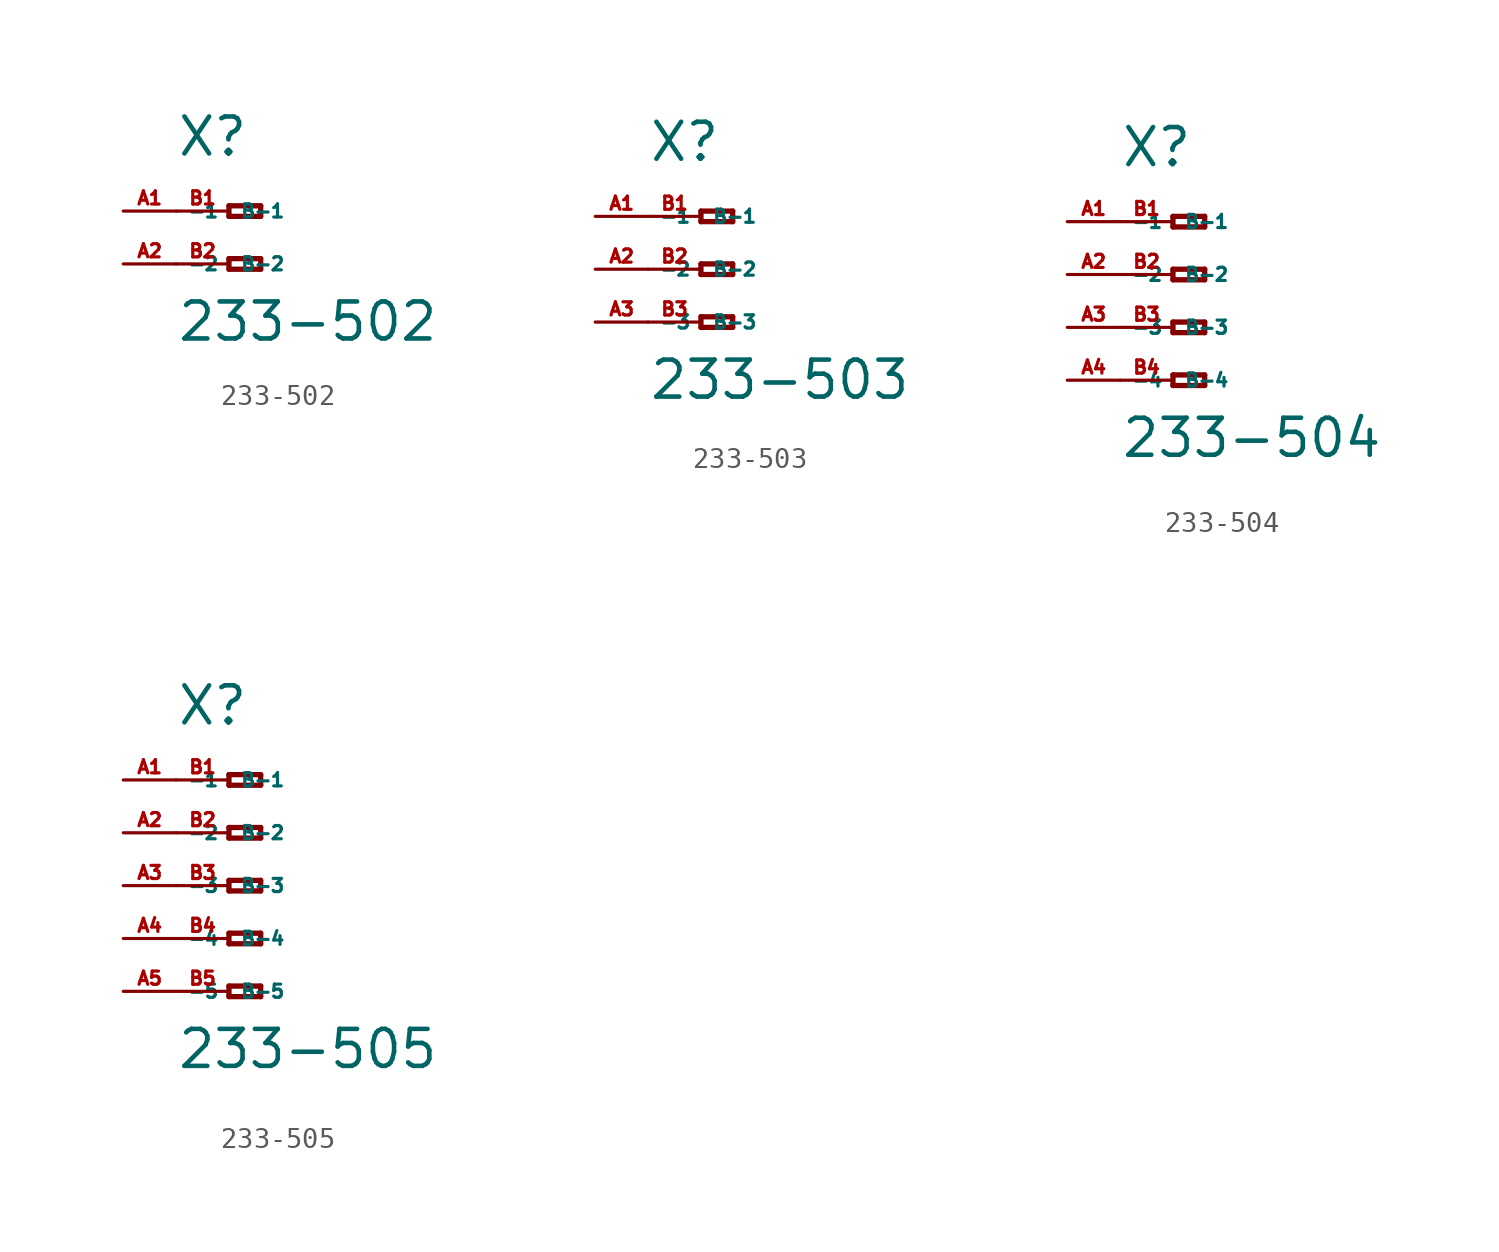
<source format=kicad_sym>
(kicad_symbol_lib
  (version 20220914)
  (generator Eagle2Kicad)
  (symbol "233-502"
    (property "Reference" "X"
      (at -5.08 2.54 0)
      (effects (font (size 1.778 1.778) (thickness 0.22)) (justify left bottom)))
    (property "Value" "233-502"
      (at -5.08 -6.35 0)
      (effects (font (size 1.778 1.778) (thickness 0.22)) (justify left bottom)))
    (polyline
      (pts (xy -2.54 0.254) (xy -2.54 -0.254))
      (stroke (width 0.254) (type default))
      (fill (type none)))
    (polyline
      (pts (xy -2.54 -0.254) (xy -1.016 -0.254))
      (stroke (width 0.254) (type default))
      (fill (type none)))
    (polyline
      (pts (xy -1.016 -0.254) (xy -1.016 0.254))
      (stroke (width 0.254) (type default))
      (fill (type none)))
    (polyline
      (pts (xy -1.016 0.254) (xy -2.54 0.254))
      (stroke (width 0.254) (type default))
      (fill (type none)))
    (polyline
      (pts (xy -2.54 -2.286) (xy -2.54 -2.794))
      (stroke (width 0.254) (type default))
      (fill (type none)))
    (polyline
      (pts (xy -2.54 -2.794) (xy -1.016 -2.794))
      (stroke (width 0.254) (type default))
      (fill (type none)))
    (polyline
      (pts (xy -1.016 -2.794) (xy -1.016 -2.286))
      (stroke (width 0.254) (type default))
      (fill (type none)))
    (polyline
      (pts (xy -1.016 -2.286) (xy -2.54 -2.286))
      (stroke (width 0.254) (type default))
      (fill (type none)))
    (pin passive line
      (at -7.62 0 0)
      (length 2.54)
      (name "-1" (effects (font (size 0.635 0.635) (thickness 0.08)) (justify left bottom)))
      (number "A1" (effects (font (size 0.635 0.635) (thickness 0.08)) (justify left bottom))))
    (pin passive line
      (at -7.62 -2.54 0)
      (length 2.54)
      (name "-2" (effects (font (size 0.635 0.635) (thickness 0.08)) (justify left bottom)))
      (number "A2" (effects (font (size 0.635 0.635) (thickness 0.08)) (justify left bottom))))
    (pin passive line
      (at -5.08 -2.54 0)
      (length 2.54)
      (name "B-2" (effects (font (size 0.635 0.635) (thickness 0.08)) (justify left bottom)))
      (number "B2" (effects (font (size 0.635 0.635) (thickness 0.08)) (justify left bottom))))
    (pin passive line
      (at -5.08 0 0)
      (length 2.54)
      (name "B-1" (effects (font (size 0.635 0.635) (thickness 0.08)) (justify left bottom)))
      (number "B1" (effects (font (size 0.635 0.635) (thickness 0.08)) (justify left bottom)))))
  (symbol "233-503"
    (property "Reference" "X"
      (at -5.08 5.08 0)
      (effects (font (size 1.778 1.778) (thickness 0.22)) (justify left bottom)))
    (property "Value" "233-503"
      (at -5.08 -6.35 0)
      (effects (font (size 1.778 1.778) (thickness 0.22)) (justify left bottom)))
    (polyline
      (pts (xy -2.54 2.794) (xy -2.54 2.286))
      (stroke (width 0.254) (type default))
      (fill (type none)))
    (polyline
      (pts (xy -2.54 2.286) (xy -1.016 2.286))
      (stroke (width 0.254) (type default))
      (fill (type none)))
    (polyline
      (pts (xy -1.016 2.286) (xy -1.016 2.794))
      (stroke (width 0.254) (type default))
      (fill (type none)))
    (polyline
      (pts (xy -1.016 2.794) (xy -2.54 2.794))
      (stroke (width 0.254) (type default))
      (fill (type none)))
    (polyline
      (pts (xy -2.54 0.254) (xy -2.54 -0.254))
      (stroke (width 0.254) (type default))
      (fill (type none)))
    (polyline
      (pts (xy -2.54 -0.254) (xy -1.016 -0.254))
      (stroke (width 0.254) (type default))
      (fill (type none)))
    (polyline
      (pts (xy -1.016 -0.254) (xy -1.016 0.254))
      (stroke (width 0.254) (type default))
      (fill (type none)))
    (polyline
      (pts (xy -1.016 0.254) (xy -2.54 0.254))
      (stroke (width 0.254) (type default))
      (fill (type none)))
    (polyline
      (pts (xy -2.54 -2.286) (xy -2.54 -2.794))
      (stroke (width 0.254) (type default))
      (fill (type none)))
    (polyline
      (pts (xy -2.54 -2.794) (xy -1.016 -2.794))
      (stroke (width 0.254) (type default))
      (fill (type none)))
    (polyline
      (pts (xy -1.016 -2.794) (xy -1.016 -2.286))
      (stroke (width 0.254) (type default))
      (fill (type none)))
    (polyline
      (pts (xy -1.016 -2.286) (xy -2.54 -2.286))
      (stroke (width 0.254) (type default))
      (fill (type none)))
    (pin passive line
      (at -7.62 2.54 0)
      (length 2.54)
      (name "-1" (effects (font (size 0.635 0.635) (thickness 0.08)) (justify left bottom)))
      (number "A1" (effects (font (size 0.635 0.635) (thickness 0.08)) (justify left bottom))))
    (pin passive line
      (at -7.62 0 0)
      (length 2.54)
      (name "-2" (effects (font (size 0.635 0.635) (thickness 0.08)) (justify left bottom)))
      (number "A2" (effects (font (size 0.635 0.635) (thickness 0.08)) (justify left bottom))))
    (pin passive line
      (at -7.62 -2.54 0)
      (length 2.54)
      (name "-3" (effects (font (size 0.635 0.635) (thickness 0.08)) (justify left bottom)))
      (number "A3" (effects (font (size 0.635 0.635) (thickness 0.08)) (justify left bottom))))
    (pin passive line
      (at -5.08 -2.54 0)
      (length 2.54)
      (name "B-3" (effects (font (size 0.635 0.635) (thickness 0.08)) (justify left bottom)))
      (number "B3" (effects (font (size 0.635 0.635) (thickness 0.08)) (justify left bottom))))
    (pin passive line
      (at -5.08 2.54 0)
      (length 2.54)
      (name "B-1" (effects (font (size 0.635 0.635) (thickness 0.08)) (justify left bottom)))
      (number "B1" (effects (font (size 0.635 0.635) (thickness 0.08)) (justify left bottom))))
    (pin passive line
      (at -5.08 0 0)
      (length 2.54)
      (name "B-2" (effects (font (size 0.635 0.635) (thickness 0.08)) (justify left bottom)))
      (number "B2" (effects (font (size 0.635 0.635) (thickness 0.08)) (justify left bottom)))))
  (symbol "233-504"
    (property "Reference" "X"
      (at -5.08 5.08 0)
      (effects (font (size 1.778 1.778) (thickness 0.22)) (justify left bottom)))
    (property "Value" "233-504"
      (at -5.08 -8.89 0)
      (effects (font (size 1.778 1.778) (thickness 0.22)) (justify left bottom)))
    (polyline
      (pts (xy -2.54 2.794) (xy -2.54 2.286))
      (stroke (width 0.254) (type default))
      (fill (type none)))
    (polyline
      (pts (xy -2.54 2.286) (xy -1.016 2.286))
      (stroke (width 0.254) (type default))
      (fill (type none)))
    (polyline
      (pts (xy -1.016 2.286) (xy -1.016 2.794))
      (stroke (width 0.254) (type default))
      (fill (type none)))
    (polyline
      (pts (xy -1.016 2.794) (xy -2.54 2.794))
      (stroke (width 0.254) (type default))
      (fill (type none)))
    (polyline
      (pts (xy -2.54 0.254) (xy -2.54 -0.254))
      (stroke (width 0.254) (type default))
      (fill (type none)))
    (polyline
      (pts (xy -2.54 -0.254) (xy -1.016 -0.254))
      (stroke (width 0.254) (type default))
      (fill (type none)))
    (polyline
      (pts (xy -1.016 -0.254) (xy -1.016 0.254))
      (stroke (width 0.254) (type default))
      (fill (type none)))
    (polyline
      (pts (xy -1.016 0.254) (xy -2.54 0.254))
      (stroke (width 0.254) (type default))
      (fill (type none)))
    (polyline
      (pts (xy -2.54 -2.286) (xy -2.54 -2.794))
      (stroke (width 0.254) (type default))
      (fill (type none)))
    (polyline
      (pts (xy -2.54 -2.794) (xy -1.016 -2.794))
      (stroke (width 0.254) (type default))
      (fill (type none)))
    (polyline
      (pts (xy -1.016 -2.794) (xy -1.016 -2.286))
      (stroke (width 0.254) (type default))
      (fill (type none)))
    (polyline
      (pts (xy -1.016 -2.286) (xy -2.54 -2.286))
      (stroke (width 0.254) (type default))
      (fill (type none)))
    (polyline
      (pts (xy -2.54 -4.826) (xy -2.54 -5.334))
      (stroke (width 0.254) (type default))
      (fill (type none)))
    (polyline
      (pts (xy -2.54 -5.334) (xy -1.016 -5.334))
      (stroke (width 0.254) (type default))
      (fill (type none)))
    (polyline
      (pts (xy -1.016 -5.334) (xy -1.016 -4.826))
      (stroke (width 0.254) (type default))
      (fill (type none)))
    (polyline
      (pts (xy -1.016 -4.826) (xy -2.54 -4.826))
      (stroke (width 0.254) (type default))
      (fill (type none)))
    (pin passive line
      (at -7.62 2.54 0)
      (length 2.54)
      (name "-1" (effects (font (size 0.635 0.635) (thickness 0.08)) (justify left bottom)))
      (number "A1" (effects (font (size 0.635 0.635) (thickness 0.08)) (justify left bottom))))
    (pin passive line
      (at -7.62 0 0)
      (length 2.54)
      (name "-2" (effects (font (size 0.635 0.635) (thickness 0.08)) (justify left bottom)))
      (number "A2" (effects (font (size 0.635 0.635) (thickness 0.08)) (justify left bottom))))
    (pin passive line
      (at -7.62 -2.54 0)
      (length 2.54)
      (name "-3" (effects (font (size 0.635 0.635) (thickness 0.08)) (justify left bottom)))
      (number "A3" (effects (font (size 0.635 0.635) (thickness 0.08)) (justify left bottom))))
    (pin passive line
      (at -7.62 -5.08 0)
      (length 2.54)
      (name "-4" (effects (font (size 0.635 0.635) (thickness 0.08)) (justify left bottom)))
      (number "A4" (effects (font (size 0.635 0.635) (thickness 0.08)) (justify left bottom))))
    (pin passive line
      (at -5.08 -5.08 0)
      (length 2.54)
      (name "B-4" (effects (font (size 0.635 0.635) (thickness 0.08)) (justify left bottom)))
      (number "B4" (effects (font (size 0.635 0.635) (thickness 0.08)) (justify left bottom))))
    (pin passive line
      (at -5.08 2.54 0)
      (length 2.54)
      (name "B-1" (effects (font (size 0.635 0.635) (thickness 0.08)) (justify left bottom)))
      (number "B1" (effects (font (size 0.635 0.635) (thickness 0.08)) (justify left bottom))))
    (pin passive line
      (at -5.08 0 0)
      (length 2.54)
      (name "B-2" (effects (font (size 0.635 0.635) (thickness 0.08)) (justify left bottom)))
      (number "B2" (effects (font (size 0.635 0.635) (thickness 0.08)) (justify left bottom))))
    (pin passive line
      (at -5.08 -2.54 0)
      (length 2.54)
      (name "B-3" (effects (font (size 0.635 0.635) (thickness 0.08)) (justify left bottom)))
      (number "B3" (effects (font (size 0.635 0.635) (thickness 0.08)) (justify left bottom)))))
  (symbol "233-505"
    (property "Reference" "X"
      (at -5.08 7.62 0)
      (effects (font (size 1.778 1.778) (thickness 0.22)) (justify left bottom)))
    (property "Value" "233-505"
      (at -5.08 -8.89 0)
      (effects (font (size 1.778 1.778) (thickness 0.22)) (justify left bottom)))
    (polyline
      (pts (xy -2.54 5.334) (xy -2.54 4.826))
      (stroke (width 0.254) (type default))
      (fill (type none)))
    (polyline
      (pts (xy -2.54 4.826) (xy -1.016 4.826))
      (stroke (width 0.254) (type default))
      (fill (type none)))
    (polyline
      (pts (xy -1.016 4.826) (xy -1.016 5.334))
      (stroke (width 0.254) (type default))
      (fill (type none)))
    (polyline
      (pts (xy -1.016 5.334) (xy -2.54 5.334))
      (stroke (width 0.254) (type default))
      (fill (type none)))
    (polyline
      (pts (xy -2.54 2.794) (xy -2.54 2.286))
      (stroke (width 0.254) (type default))
      (fill (type none)))
    (polyline
      (pts (xy -2.54 2.286) (xy -1.016 2.286))
      (stroke (width 0.254) (type default))
      (fill (type none)))
    (polyline
      (pts (xy -1.016 2.286) (xy -1.016 2.794))
      (stroke (width 0.254) (type default))
      (fill (type none)))
    (polyline
      (pts (xy -1.016 2.794) (xy -2.54 2.794))
      (stroke (width 0.254) (type default))
      (fill (type none)))
    (polyline
      (pts (xy -2.54 0.254) (xy -2.54 -0.254))
      (stroke (width 0.254) (type default))
      (fill (type none)))
    (polyline
      (pts (xy -2.54 -0.254) (xy -1.016 -0.254))
      (stroke (width 0.254) (type default))
      (fill (type none)))
    (polyline
      (pts (xy -1.016 -0.254) (xy -1.016 0.254))
      (stroke (width 0.254) (type default))
      (fill (type none)))
    (polyline
      (pts (xy -1.016 0.254) (xy -2.54 0.254))
      (stroke (width 0.254) (type default))
      (fill (type none)))
    (polyline
      (pts (xy -2.54 -2.286) (xy -2.54 -2.794))
      (stroke (width 0.254) (type default))
      (fill (type none)))
    (polyline
      (pts (xy -2.54 -2.794) (xy -1.016 -2.794))
      (stroke (width 0.254) (type default))
      (fill (type none)))
    (polyline
      (pts (xy -1.016 -2.794) (xy -1.016 -2.286))
      (stroke (width 0.254) (type default))
      (fill (type none)))
    (polyline
      (pts (xy -1.016 -2.286) (xy -2.54 -2.286))
      (stroke (width 0.254) (type default))
      (fill (type none)))
    (polyline
      (pts (xy -2.54 -4.826) (xy -2.54 -5.334))
      (stroke (width 0.254) (type default))
      (fill (type none)))
    (polyline
      (pts (xy -2.54 -5.334) (xy -1.016 -5.334))
      (stroke (width 0.254) (type default))
      (fill (type none)))
    (polyline
      (pts (xy -1.016 -5.334) (xy -1.016 -4.826))
      (stroke (width 0.254) (type default))
      (fill (type none)))
    (polyline
      (pts (xy -1.016 -4.826) (xy -2.54 -4.826))
      (stroke (width 0.254) (type default))
      (fill (type none)))
    (pin passive line
      (at -7.62 5.08 0)
      (length 2.54)
      (name "-1" (effects (font (size 0.635 0.635) (thickness 0.08)) (justify left bottom)))
      (number "A1" (effects (font (size 0.635 0.635) (thickness 0.08)) (justify left bottom))))
    (pin passive line
      (at -7.62 2.54 0)
      (length 2.54)
      (name "-2" (effects (font (size 0.635 0.635) (thickness 0.08)) (justify left bottom)))
      (number "A2" (effects (font (size 0.635 0.635) (thickness 0.08)) (justify left bottom))))
    (pin passive line
      (at -7.62 0 0)
      (length 2.54)
      (name "-3" (effects (font (size 0.635 0.635) (thickness 0.08)) (justify left bottom)))
      (number "A3" (effects (font (size 0.635 0.635) (thickness 0.08)) (justify left bottom))))
    (pin passive line
      (at -7.62 -2.54 0)
      (length 2.54)
      (name "-4" (effects (font (size 0.635 0.635) (thickness 0.08)) (justify left bottom)))
      (number "A4" (effects (font (size 0.635 0.635) (thickness 0.08)) (justify left bottom))))
    (pin passive line
      (at -7.62 -5.08 0)
      (length 2.54)
      (name "-5" (effects (font (size 0.635 0.635) (thickness 0.08)) (justify left bottom)))
      (number "A5" (effects (font (size 0.635 0.635) (thickness 0.08)) (justify left bottom))))
    (pin passive line
      (at -5.08 -5.08 0)
      (length 2.54)
      (name "B-5" (effects (font (size 0.635 0.635) (thickness 0.08)) (justify left bottom)))
      (number "B5" (effects (font (size 0.635 0.635) (thickness 0.08)) (justify left bottom))))
    (pin passive line
      (at -5.08 5.08 0)
      (length 2.54)
      (name "B-1" (effects (font (size 0.635 0.635) (thickness 0.08)) (justify left bottom)))
      (number "B1" (effects (font (size 0.635 0.635) (thickness 0.08)) (justify left bottom))))
    (pin passive line
      (at -5.08 2.54 0)
      (length 2.54)
      (name "B-2" (effects (font (size 0.635 0.635) (thickness 0.08)) (justify left bottom)))
      (number "B2" (effects (font (size 0.635 0.635) (thickness 0.08)) (justify left bottom))))
    (pin passive line
      (at -5.08 0 0)
      (length 2.54)
      (name "B-3" (effects (font (size 0.635 0.635) (thickness 0.08)) (justify left bottom)))
      (number "B3" (effects (font (size 0.635 0.635) (thickness 0.08)) (justify left bottom))))
    (pin passive line
      (at -5.08 -2.54 0)
      (length 2.54)
      (name "B-4" (effects (font (size 0.635 0.635) (thickness 0.08)) (justify left bottom)))
      (number "B4" (effects (font (size 0.635 0.635) (thickness 0.08)) (justify left bottom))))))
</source>
